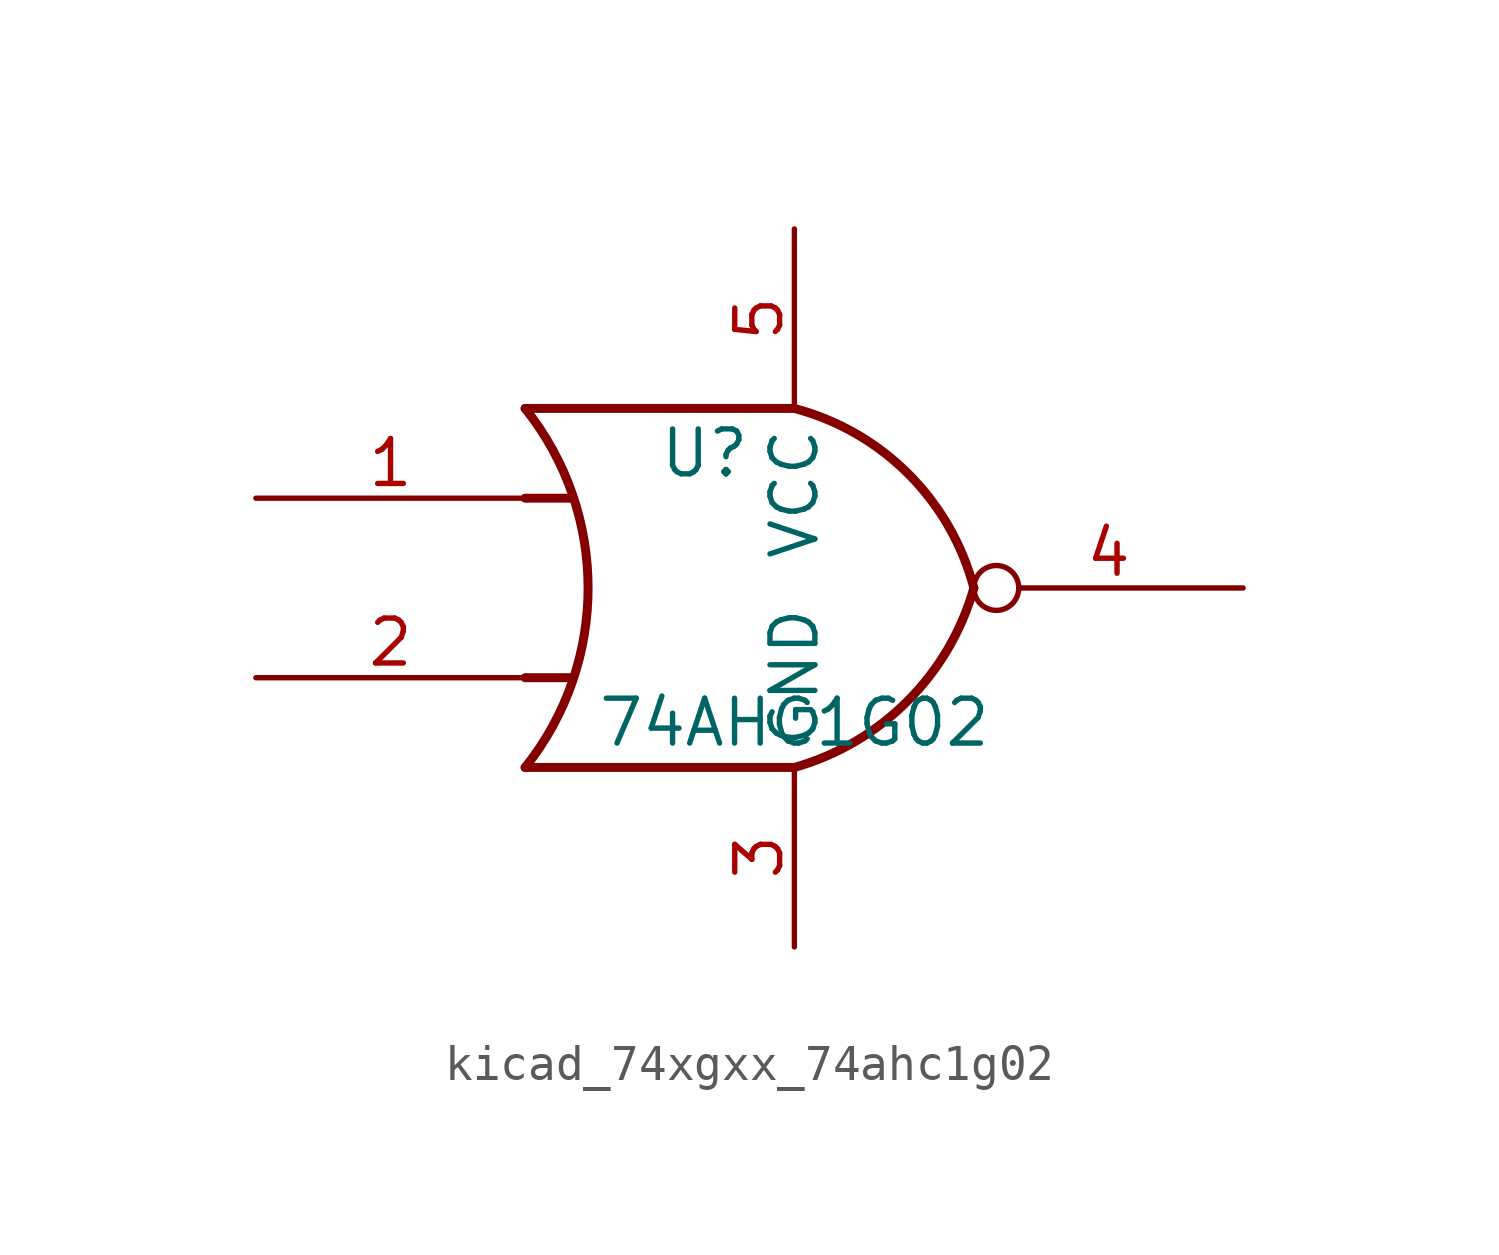
<source format=kicad_sym>
(kicad_symbol_lib
  (version 20220914)
  (generator kicad_symbol_editor)
  (symbol "kicad_74xgxx_74ahc1g02"
    (property "Reference" "U"
      (at -2.54 3.81 0)
      (effects (font (size 1.27 1.27))))
    (property "Value" "74AHC1G02"
      (at 0 -3.81 0)
      (effects (font (size 1.27 1.27))))
    (symbol "kicad_74xgxx_74ahc1g02_0_1"
      (arc (start -7.62 -5.08) (mid -5.838 0) (end -7.62 5.08) (stroke (width 0.254) (type default)) (fill (type none)))
      (arc (start 0 -5.08) (mid 3.1986 -3.2054) (end 5.08 0) (stroke (width 0.254) (type default)) (fill (type none)))
      (polyline (pts (xy -7.62 -2.54) (xy -6.35 -2.54)) (stroke (width 0.254) (type default)) (fill (type background)))
      (polyline (pts (xy -7.62 2.54) (xy -6.35 2.54)) (stroke (width 0.254) (type default)) (fill (type background)))
      (polyline (pts (xy 0 -5.08) (xy -7.62 -5.08)) (stroke (width 0.254) (type default)) (fill (type background)))
      (polyline (pts (xy 0 5.08) (xy -7.62 5.08)) (stroke (width 0.254) (type default)) (fill (type background)))
      (arc (start 5.08 0) (mid 3.2238 3.2304) (end 0 5.08) (stroke (width 0.254) (type default)) (fill (type none))))
    (symbol "kicad_74xgxx_74ahc1g02_1_1"
      (pin input line (at -15.24 2.54 0) (length 7.62) (name "~" (effects (font (size 1.27 1.27)))) (number "1" (effects (font (size 1.27 1.27)))))
      (pin input line (at -15.24 -2.54 0) (length 7.62) (name "~" (effects (font (size 1.27 1.27)))) (number "2" (effects (font (size 1.27 1.27)))))
      (pin power_in line (at 0 -10.16 90) (length 5.08) (name "GND" (effects (font (size 1.27 1.27)))) (number "3" (effects (font (size 1.27 1.27)))))
      (pin output inverted (at 12.7 0 180) (length 7.62) (name "~" (effects (font (size 1.27 1.27)))) (number "4" (effects (font (size 1.27 1.27)))))
      (pin power_in line (at 0 10.16 270) (length 5.08) (name "VCC" (effects (font (size 1.27 1.27)))) (number "5" (effects (font (size 1.27 1.27))))))))
</source>
